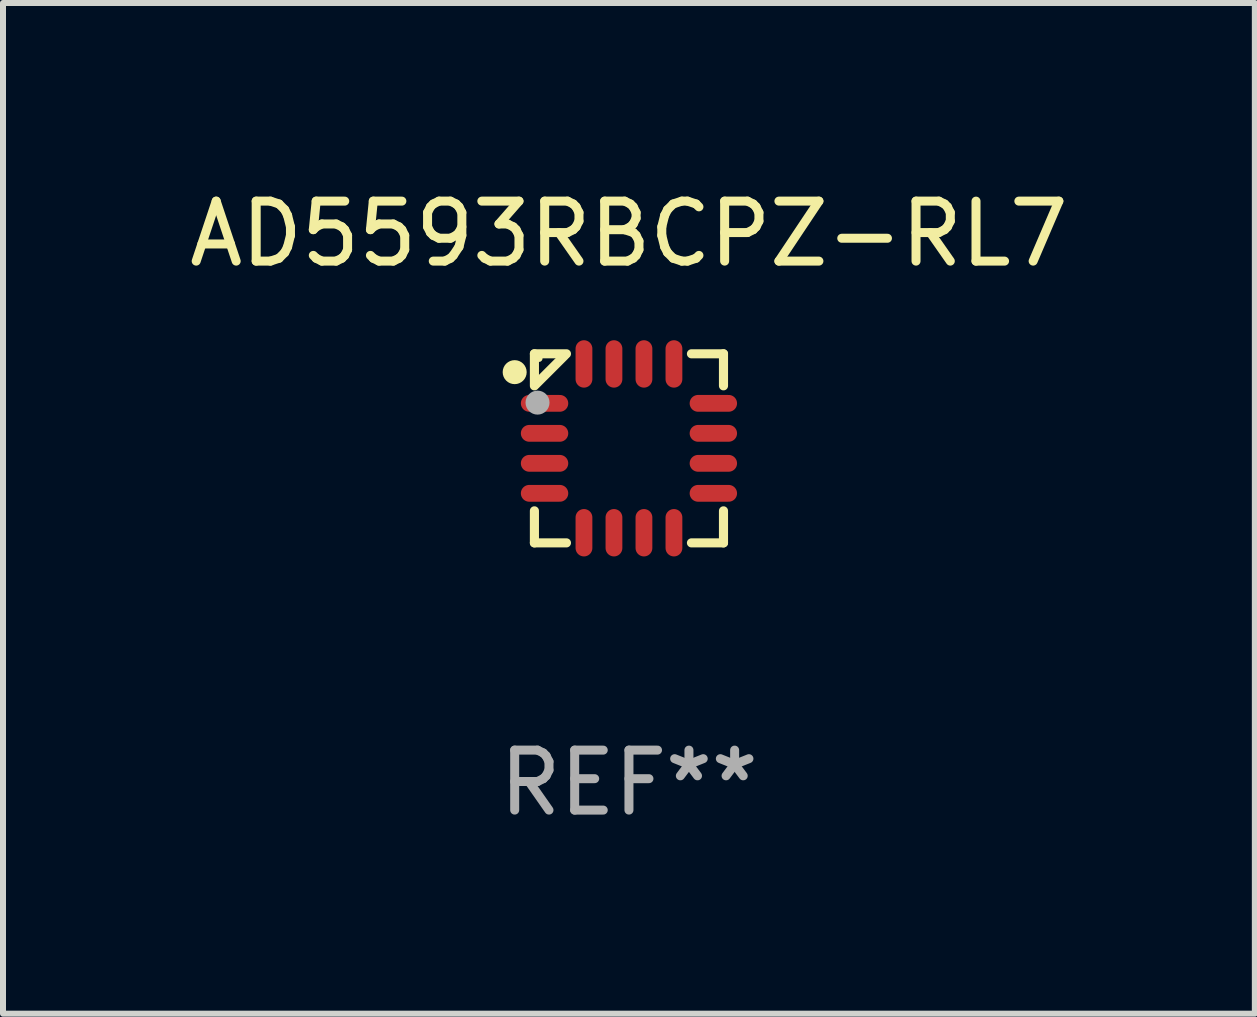
<source format=kicad_pcb>
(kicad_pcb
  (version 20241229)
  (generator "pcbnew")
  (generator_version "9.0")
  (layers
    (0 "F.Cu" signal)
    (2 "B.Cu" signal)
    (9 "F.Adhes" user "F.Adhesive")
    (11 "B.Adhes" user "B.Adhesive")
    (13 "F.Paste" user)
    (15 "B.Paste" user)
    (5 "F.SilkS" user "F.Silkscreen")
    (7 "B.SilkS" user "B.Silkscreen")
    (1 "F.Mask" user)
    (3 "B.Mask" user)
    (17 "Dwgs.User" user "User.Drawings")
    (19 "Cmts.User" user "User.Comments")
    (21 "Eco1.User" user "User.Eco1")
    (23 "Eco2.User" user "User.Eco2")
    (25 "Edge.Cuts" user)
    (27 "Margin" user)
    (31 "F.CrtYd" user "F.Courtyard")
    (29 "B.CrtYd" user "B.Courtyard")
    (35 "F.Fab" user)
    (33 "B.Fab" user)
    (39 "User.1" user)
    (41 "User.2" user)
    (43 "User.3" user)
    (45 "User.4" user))
  (footprint "AD5593RBCPZ-RL7"
    (layer "F.Cu")
    (at 7.435 4.424)
    (property "Reference" "AD5593RBCPZ-RL7" (at 0 -3.576 0) (layer "F.SilkS") (effects (font (size 1 1) (thickness 0.15))))
    (attr through_hole)
    (fp_line (start -1.576 -1.576) (end -1.042 -1.576) (stroke (width 0.152) (type solid)) (layer "F.SilkS"))
    (fp_line (start -1.576 -1.042) (end -1.576 -1.576) (stroke (width 0.152) (type solid)) (layer "F.SilkS"))
    (fp_line (start -1.576 1.042) (end -1.576 1.576) (stroke (width 0.152) (type solid)) (layer "F.SilkS"))
    (fp_line (start -1.576 1.576) (end -1.042 1.576) (stroke (width 0.152) (type solid)) (layer "F.SilkS"))
    (fp_line (start -1.549 -1.069) (end -1.069 -1.549) (stroke (width 0.152) (type solid)) (layer "F.SilkS"))
    (fp_line (start 1.576 -1.576) (end 1.042 -1.576) (stroke (width 0.152) (type solid)) (layer "F.SilkS"))
    (fp_line (start 1.576 -1.042) (end 1.576 -1.576) (stroke (width 0.152) (type solid)) (layer "F.SilkS"))
    (fp_line (start 1.576 1.042) (end 1.576 1.576) (stroke (width 0.152) (type solid)) (layer "F.SilkS"))
    (fp_line (start 1.576 1.576) (end 1.042 1.576) (stroke (width 0.152) (type solid)) (layer "F.SilkS"))
    (fp_circle (center -1.905 -1.27) (end -1.805 -1.27) (stroke (width 0.2) (type solid)) (fill no) (layer "F.SilkS"))
    (fp_circle (center -1.5 -1.5) (end -1.47 -1.5) (stroke (width 0.06) (type solid)) (fill no) (layer "F.SilkS"))
    (fp_circle (center -1.524 -0.762) (end -1.424 -0.762) (stroke (width 0.2) (type solid)) (fill no) (layer "F.Fab"))
    (fp_text user "REF**" (at 0 5.576 0) (layer "F.Fab") (effects (font (size 1 1) (thickness 0.15))))
    (pad "1" smd oval (at -1.407 -0.75) (size 0.79 0.28) (layers "F.Cu" "F.Mask" "F.Paste"))
    (pad "2" smd oval (at -1.407 -0.25) (size 0.79 0.28) (layers "F.Cu" "F.Mask" "F.Paste"))
    (pad "3" smd oval (at -1.407 0.25) (size 0.79 0.28) (layers "F.Cu" "F.Mask" "F.Paste"))
    (pad "4" smd oval (at -1.407 0.75) (size 0.79 0.28) (layers "F.Cu" "F.Mask" "F.Paste"))
    (pad "5" smd oval (at -0.75 1.407) (size 0.28 0.79) (layers "F.Cu" "F.Mask" "F.Paste"))
    (pad "6" smd oval (at -0.25 1.407) (size 0.28 0.79) (layers "F.Cu" "F.Mask" "F.Paste"))
    (pad "7" smd oval (at 0.25 1.407) (size 0.28 0.79) (layers "F.Cu" "F.Mask" "F.Paste"))
    (pad "8" smd oval (at 0.75 1.407) (size 0.28 0.79) (layers "F.Cu" "F.Mask" "F.Paste"))
    (pad "9" smd oval (at 1.407 0.75) (size 0.79 0.28) (layers "F.Cu" "F.Mask" "F.Paste"))
    (pad "10" smd oval (at 1.407 0.25) (size 0.79 0.28) (layers "F.Cu" "F.Mask" "F.Paste"))
    (pad "11" smd oval (at 1.407 -0.25) (size 0.79 0.28) (layers "F.Cu" "F.Mask" "F.Paste"))
    (pad "12" smd oval (at 1.407 -0.75) (size 0.79 0.28) (layers "F.Cu" "F.Mask" "F.Paste"))
    (pad "13" smd oval (at 0.75 -1.407) (size 0.28 0.79) (layers "F.Cu" "F.Mask" "F.Paste"))
    (pad "14" smd oval (at 0.25 -1.407) (size 0.28 0.79) (layers "F.Cu" "F.Mask" "F.Paste"))
    (pad "15" smd oval (at -0.25 -1.407) (size 0.28 0.79) (layers "F.Cu" "F.Mask" "F.Paste"))
    (pad "16" smd oval (at -0.75 -1.407) (size 0.28 0.79) (layers "F.Cu" "F.Mask" "F.Paste")))
  (gr_rect
    (start -3 -3)
    (end 17.869 13.849)
    (stroke (width 0.1) (type default))
    (fill no)
    (layer "Edge.Cuts")))
</source>
